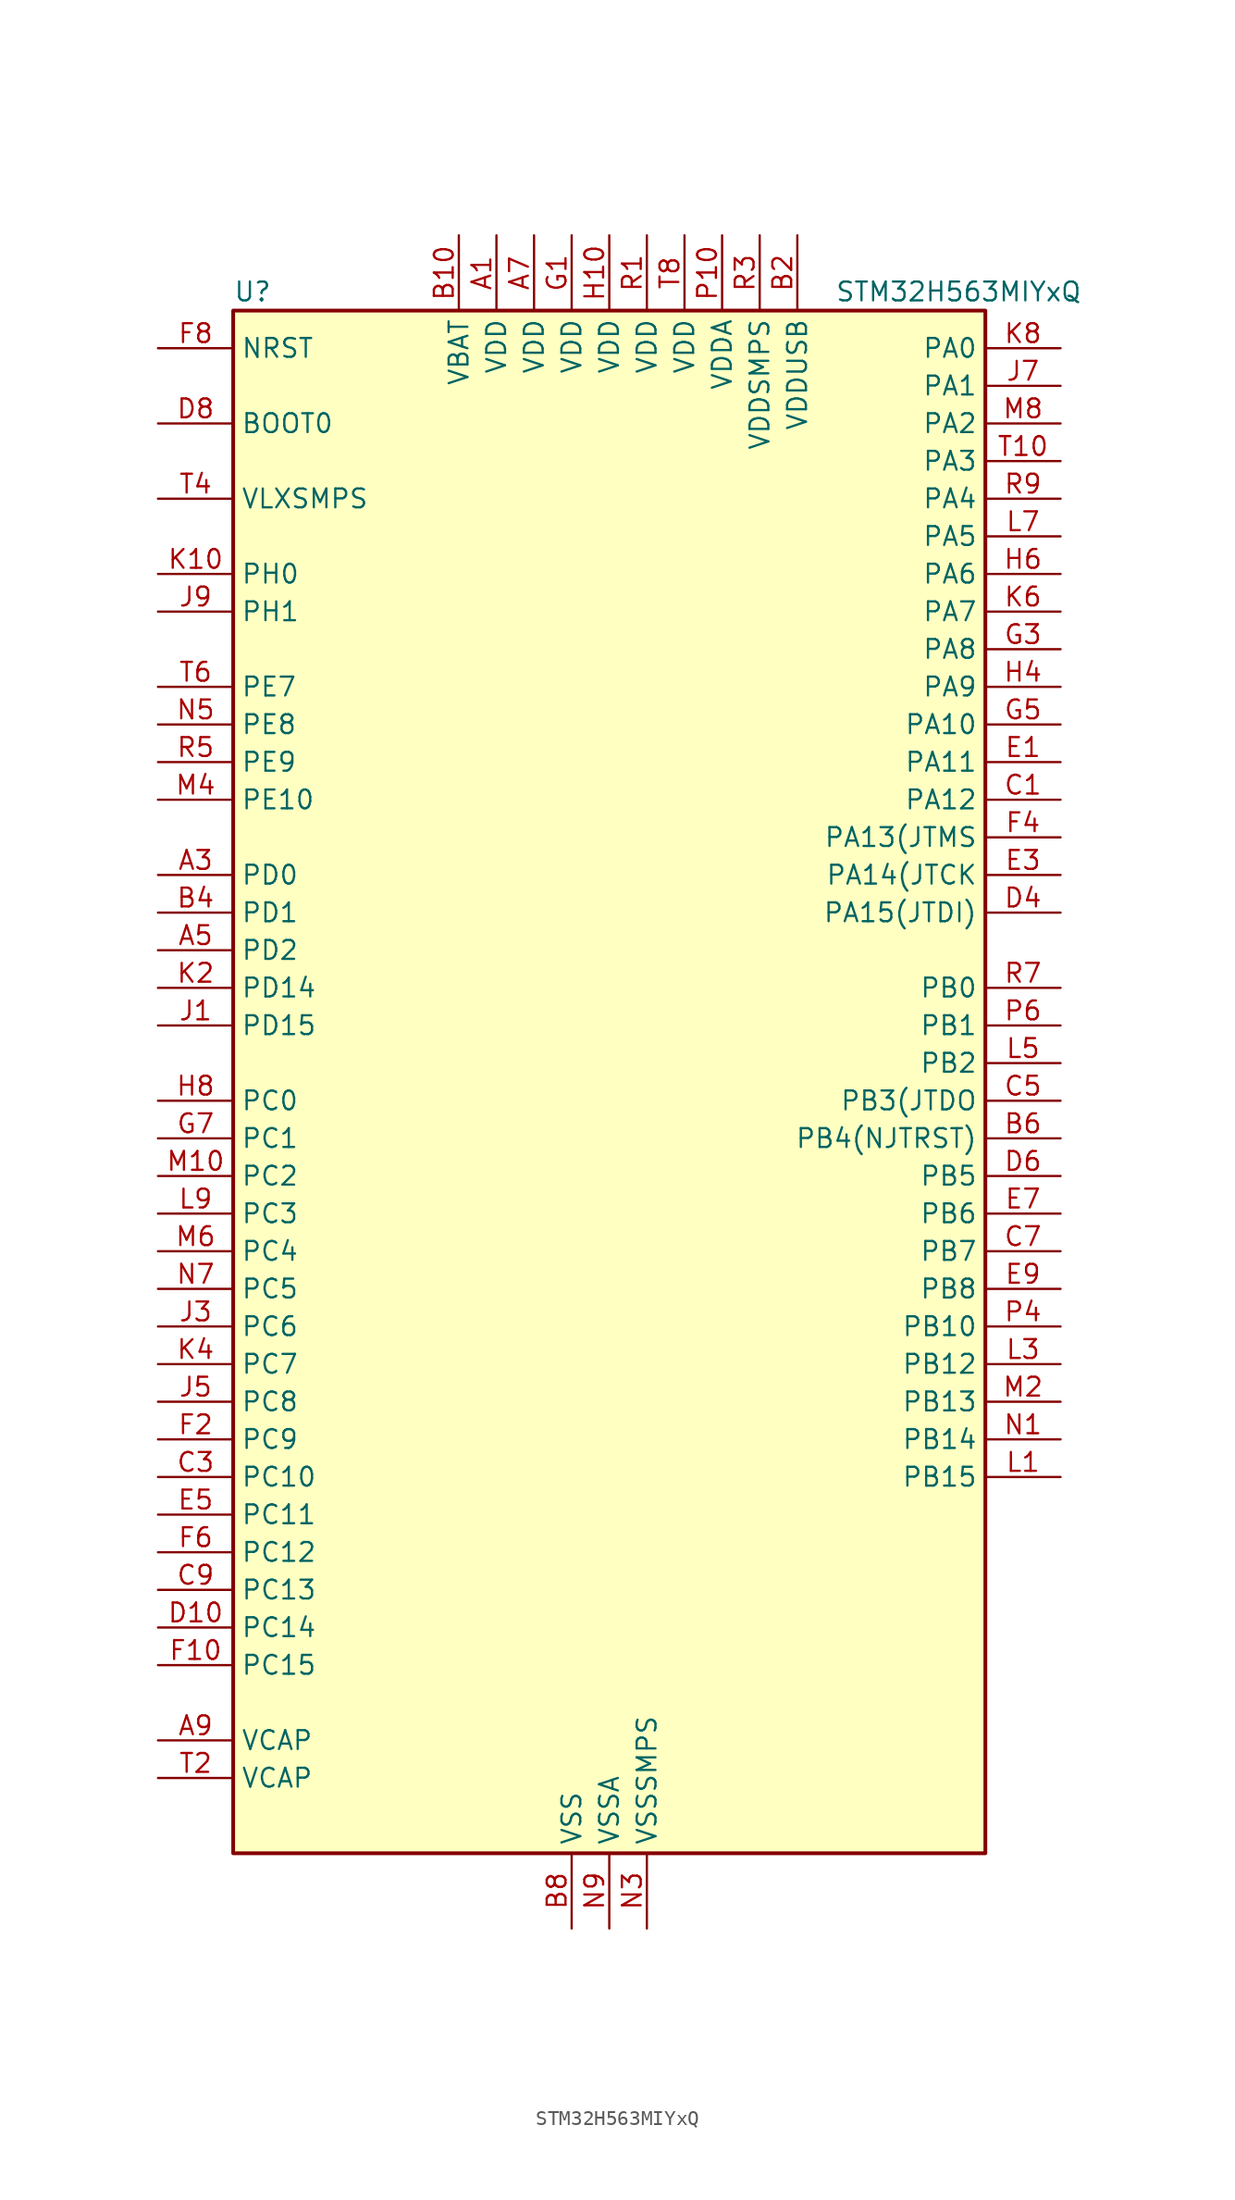
<source format=kicad_sym>
(kicad_symbol_lib
  (version 20231120)
  (generator "kicad-library-utils")
  (generator_version "8.0")
  (symbol "STM32H563MIYxQ"
    (property "Reference" "U"
      (at -25.4 54.61 0)
      (effects (font (size 1.27 1.27)) (justify left)))
    (property "Value" "STM32H563MIYxQ"
      (at 15.24 54.61 0)
      (effects (font (size 1.27 1.27)) (justify left)))
    (symbol "STM32H563MIYxQ_0_1"
      (rectangle (start -25.4 -50.8) (end 25.4 53.34) (stroke (width 0.254) (type default)) (fill (type background))))
    (symbol "STM32H563MIYxQ_1_1"
      (pin power_in line (at -7.62 58.42 270) (length 5.08) (name "VDD" (effects (font (size 1.27 1.27)))) (number "A1" (effects (font (size 1.27 1.27)))))
      (pin bidirectional line (at -30.48 15.24 0) (length 5.08) (name "PD0" (effects (font (size 1.27 1.27)))) (number "A3" (effects (font (size 1.27 1.27)))) (alternate "FDCAN1_RX" bidirectional line) (alternate "FMC_D2" bidirectional line) (alternate "FMC_DA2" bidirectional line) (alternate "TIM8_CH4N" bidirectional line) (alternate "UART4_RX" bidirectional line) (alternate "UART9_CTS" bidirectional line))
      (pin bidirectional line (at -30.48 10.16 0) (length 5.08) (name "PD2" (effects (font (size 1.27 1.27)))) (number "A5" (effects (font (size 1.27 1.27)))) (alternate "DCMI_D11" bidirectional line) (alternate "DEBUG_TRACED2" bidirectional line) (alternate "LPTIM4_ETR" bidirectional line) (alternate "PSSI_D11" bidirectional line) (alternate "PWR_WKUP7" bidirectional line) (alternate "SDMMC1_CMD" bidirectional line) (alternate "TIM15_BKIN" bidirectional line) (alternate "TIM3_ETR" bidirectional line) (alternate "UART5_RX" bidirectional line))
      (pin power_in line (at -5.08 58.42 270) (length 5.08) (name "VDD" (effects (font (size 1.27 1.27)))) (number "A7" (effects (font (size 1.27 1.27)))))
      (pin power_out line (at -30.48 -43.18 0) (length 5.08) (name "VCAP" (effects (font (size 1.27 1.27)))) (number "A9" (effects (font (size 1.27 1.27)))))
      (pin power_in line (at -10.16 58.42 270) (length 5.08) (name "VBAT" (effects (font (size 1.27 1.27)))) (number "B10" (effects (font (size 1.27 1.27)))))
      (pin power_in line (at 12.7 58.42 270) (length 5.08) (name "VDDUSB" (effects (font (size 1.27 1.27)))) (number "B2" (effects (font (size 1.27 1.27)))))
      (pin bidirectional line (at -30.48 12.7 0) (length 5.08) (name "PD1" (effects (font (size 1.27 1.27)))) (number "B4" (effects (font (size 1.27 1.27)))) (alternate "FDCAN1_TX" bidirectional line) (alternate "FMC_D3" bidirectional line) (alternate "FMC_DA3" bidirectional line) (alternate "UART4_TX" bidirectional line))
      (pin bidirectional line (at 30.48 -2.54 180) (length 5.08) (name "PB4(NJTRST)" (effects (font (size 1.27 1.27)))) (number "B6" (effects (font (size 1.27 1.27)))) (alternate "DCMI_D7" bidirectional line) (alternate "DEBUG_JTRST" bidirectional line) (alternate "I2S1_SDI" bidirectional line) (alternate "I2S2_WS" bidirectional line) (alternate "I2S3_SDI" bidirectional line) (alternate "LPTIM1_CH2" bidirectional line) (alternate "OCTOSPI1_CLK" bidirectional line) (alternate "PSSI_D7" bidirectional line) (alternate "SPI1_MISO" bidirectional line) (alternate "SPI2_NSS" bidirectional line) (alternate "SPI3_MISO" bidirectional line) (alternate "SPI6_MISO" bidirectional line) (alternate "TIM16_BKIN" bidirectional line) (alternate "TIM3_CH1" bidirectional line) (alternate "UART7_TX" bidirectional line))
      (pin power_in line (at -2.54 -55.88 90) (length 5.08) (name "VSS" (effects (font (size 1.27 1.27)))) (number "B8" (effects (font (size 1.27 1.27)))))
      (pin bidirectional line (at 30.48 20.32 180) (length 5.08) (name "PA12" (effects (font (size 1.27 1.27)))) (number "C1" (effects (font (size 1.27 1.27)))) (alternate "FDCAN1_TX" bidirectional line) (alternate "I2S2_CK" bidirectional line) (alternate "LPUART1_RTS" bidirectional line) (alternate "SAI2_FS_B" bidirectional line) (alternate "SPI2_SCK" bidirectional line) (alternate "TIM1_ETR" bidirectional line) (alternate "UART4_TX" bidirectional line) (alternate "USART1_RTS" bidirectional line) (alternate "USB_DP" bidirectional line))
      (pin bidirectional line (at -30.48 -25.4 0) (length 5.08) (name "PC10" (effects (font (size 1.27 1.27)))) (number "C3" (effects (font (size 1.27 1.27)))) (alternate "DCMI_D8" bidirectional line) (alternate "ETH_TXD0" bidirectional line) (alternate "I2S3_CK" bidirectional line) (alternate "LPTIM3_ETR" bidirectional line) (alternate "OCTOSPI1_IO1" bidirectional line) (alternate "PSSI_D8" bidirectional line) (alternate "SDMMC1_D2" bidirectional line) (alternate "SPI3_SCK" bidirectional line) (alternate "UART4_TX" bidirectional line) (alternate "USART3_TX" bidirectional line))
      (pin bidirectional line (at 30.48 0 180) (length 5.08) (name "PB3(JTDO" (effects (font (size 1.27 1.27)))) (number "C5" (effects (font (size 1.27 1.27)))) (alternate "CRS_SYNC" bidirectional line) (alternate "DEBUG_JTDO-SWO" bidirectional line) (alternate "I2C2_SDA" bidirectional line) (alternate "I2S1_CK" bidirectional line) (alternate "I2S3_CK" bidirectional line) (alternate "LPTIM6_ETR" bidirectional line) (alternate "SPI1_SCK" bidirectional line) (alternate "SPI3_SCK" bidirectional line) (alternate "SPI6_SCK" bidirectional line) (alternate "TIM2_CH2" bidirectional line) (alternate "UART12_CTS" bidirectional line) (alternate "UART7_RX" bidirectional line))
      (pin bidirectional line (at 30.48 -10.16 180) (length 5.08) (name "PB7" (effects (font (size 1.27 1.27)))) (number "C7" (effects (font (size 1.27 1.27)))) (alternate "DCMI_VSYNC" bidirectional line) (alternate "FDCAN1_TX" bidirectional line) (alternate "FMC_NL" bidirectional line) (alternate "I2C1_SDA" bidirectional line) (alternate "I2C4_SDA" bidirectional line) (alternate "I3C1_SDA" bidirectional line) (alternate "LPUART1_RX" bidirectional line) (alternate "PSSI_RDY" bidirectional line) (alternate "PWR_WKUP5" bidirectional line) (alternate "TIM17_CH1N" bidirectional line) (alternate "TIM4_CH2" bidirectional line) (alternate "USART1_RX" bidirectional line))
      (pin bidirectional line (at -30.48 -33.02 0) (length 5.08) (name "PC13" (effects (font (size 1.27 1.27)))) (number "C9" (effects (font (size 1.27 1.27)))) (alternate "PWR_WKUP4" bidirectional line) (alternate "RTC_OUT1" bidirectional line) (alternate "RTC_TS" bidirectional line) (alternate "TAMP_IN1" bidirectional line) (alternate "TAMP_OUT2" bidirectional line) (alternate "TAMP_OUT3" bidirectional line))
      (pin bidirectional line (at -30.48 -35.56 0) (length 5.08) (name "PC14" (effects (font (size 1.27 1.27)))) (number "D10" (effects (font (size 1.27 1.27)))) (alternate "RCC_OSC32_IN" bidirectional line))
      (pin passive line (at -2.54 -55.88 90) (length 5.08) hide (name "VSS" (effects (font (size 1.27 1.27)))) (number "D2" (effects (font (size 1.27 1.27)))))
      (pin bidirectional line (at 30.48 12.7 180) (length 5.08) (name "PA15(JTDI)" (effects (font (size 1.27 1.27)))) (number "D4" (effects (font (size 1.27 1.27)))) (alternate "ADC1_EXTI15" bidirectional line) (alternate "ADC2_EXTI15" bidirectional line) (alternate "CEC" bidirectional line) (alternate "DCMI_D11" bidirectional line) (alternate "DEBUG_JTDI" bidirectional line) (alternate "FMC_NBL1" bidirectional line) (alternate "I2S1_WS" bidirectional line) (alternate "I2S3_WS" bidirectional line) (alternate "LPTIM3_IN2" bidirectional line) (alternate "PSSI_D11" bidirectional line) (alternate "SPI1_NSS" bidirectional line) (alternate "SPI3_NSS" bidirectional line) (alternate "SPI6_NSS" bidirectional line) (alternate "TIM2_CH1" bidirectional line) (alternate "TIM2_ETR" bidirectional line) (alternate "UART4_DE" bidirectional line) (alternate "UART4_RTS" bidirectional line) (alternate "UART7_TX" bidirectional line))
      (pin bidirectional line (at 30.48 -5.08 180) (length 5.08) (name "PB5" (effects (font (size 1.27 1.27)))) (number "D6" (effects (font (size 1.27 1.27)))) (alternate "DCMI_D10" bidirectional line) (alternate "ETH_PPS_OUT" bidirectional line) (alternate "FDCAN2_RX" bidirectional line) (alternate "FMC_SDCKE1" bidirectional line) (alternate "I2C1_SMBA" bidirectional line) (alternate "I2C4_SMBA" bidirectional line) (alternate "I2S1_SDO" bidirectional line) (alternate "I2S3_SDO" bidirectional line) (alternate "OCTOSPI1_NCLK" bidirectional line) (alternate "PSSI_D10" bidirectional line) (alternate "SPI1_MOSI" bidirectional line) (alternate "SPI3_MOSI" bidirectional line) (alternate "SPI6_MOSI" bidirectional line) (alternate "TIM17_BKIN" bidirectional line) (alternate "TIM3_CH2" bidirectional line) (alternate "UART5_RX" bidirectional line))
      (pin input line (at -30.48 45.72 0) (length 5.08) (name "BOOT0" (effects (font (size 1.27 1.27)))) (number "D8" (effects (font (size 1.27 1.27)))))
      (pin bidirectional line (at 30.48 22.86 180) (length 5.08) (name "PA11" (effects (font (size 1.27 1.27)))) (number "E1" (effects (font (size 1.27 1.27)))) (alternate "ADC1_EXTI11" bidirectional line) (alternate "ADC2_EXTI11" bidirectional line) (alternate "FDCAN1_RX" bidirectional line) (alternate "I2S2_WS" bidirectional line) (alternate "LPUART1_CTS" bidirectional line) (alternate "SPI2_NSS" bidirectional line) (alternate "TIM1_CH4" bidirectional line) (alternate "UART4_RX" bidirectional line) (alternate "USART1_CTS" bidirectional line) (alternate "USART1_NSS" bidirectional line) (alternate "USB_DM" bidirectional line))
      (pin bidirectional line (at 30.48 15.24 180) (length 5.08) (name "PA14(JTCK" (effects (font (size 1.27 1.27)))) (number "E3" (effects (font (size 1.27 1.27)))) (alternate "DEBUG_JTCK-SWCLK" bidirectional line))
      (pin bidirectional line (at -30.48 -27.94 0) (length 5.08) (name "PC11" (effects (font (size 1.27 1.27)))) (number "E5" (effects (font (size 1.27 1.27)))) (alternate "ADC1_EXTI11" bidirectional line) (alternate "ADC2_EXTI11" bidirectional line) (alternate "DCMI_D4" bidirectional line) (alternate "I2S3_SDI" bidirectional line) (alternate "LPTIM3_IN1" bidirectional line) (alternate "OCTOSPI1_NCS" bidirectional line) (alternate "PSSI_D4" bidirectional line) (alternate "SDMMC1_D3" bidirectional line) (alternate "SPI3_MISO" bidirectional line) (alternate "UART4_RX" bidirectional line) (alternate "USART3_RX" bidirectional line))
      (pin bidirectional line (at 30.48 -7.62 180) (length 5.08) (name "PB6" (effects (font (size 1.27 1.27)))) (number "E7" (effects (font (size 1.27 1.27)))) (alternate "CEC" bidirectional line) (alternate "DCMI_D5" bidirectional line) (alternate "FDCAN2_TX" bidirectional line) (alternate "FMC_SDNE1" bidirectional line) (alternate "I2C1_SCL" bidirectional line) (alternate "I2C4_SCL" bidirectional line) (alternate "I3C1_SCL" bidirectional line) (alternate "LPUART1_TX" bidirectional line) (alternate "OCTOSPI1_NCS" bidirectional line) (alternate "PSSI_D5" bidirectional line) (alternate "TIM16_CH1N" bidirectional line) (alternate "TIM4_CH1" bidirectional line) (alternate "UART5_TX" bidirectional line) (alternate "USART1_TX" bidirectional line))
      (pin bidirectional line (at 30.48 -12.7 180) (length 5.08) (name "PB8" (effects (font (size 1.27 1.27)))) (number "E9" (effects (font (size 1.27 1.27)))) (alternate "DCMI_D6" bidirectional line) (alternate "ETH_TXD3" bidirectional line) (alternate "FDCAN1_RX" bidirectional line) (alternate "I2C1_SCL" bidirectional line) (alternate "I2C4_SCL" bidirectional line) (alternate "I3C1_SCL" bidirectional line) (alternate "PSSI_D6" bidirectional line) (alternate "SDMMC1_CKIN" bidirectional line) (alternate "SDMMC1_D4" bidirectional line) (alternate "TIM16_CH1" bidirectional line) (alternate "TIM4_CH3" bidirectional line) (alternate "UART4_RX" bidirectional line))
      (pin bidirectional line (at -30.48 -38.1 0) (length 5.08) (name "PC15" (effects (font (size 1.27 1.27)))) (number "F10" (effects (font (size 1.27 1.27)))) (alternate "ADC1_EXTI15" bidirectional line) (alternate "ADC2_EXTI15" bidirectional line) (alternate "RCC_OSC32_OUT" bidirectional line))
      (pin bidirectional line (at -30.48 -22.86 0) (length 5.08) (name "PC9" (effects (font (size 1.27 1.27)))) (number "F2" (effects (font (size 1.27 1.27)))) (alternate "AUDIOCLK" bidirectional line) (alternate "DAC1_EXTI9" bidirectional line) (alternate "DCMI_D3" bidirectional line) (alternate "FMC_CLE" bidirectional line) (alternate "I2C3_SDA" bidirectional line) (alternate "OCTOSPI1_IO0" bidirectional line) (alternate "PSSI_D3" bidirectional line) (alternate "RCC_MCO_2" bidirectional line) (alternate "SDMMC1_D1" bidirectional line) (alternate "TIM3_CH4" bidirectional line) (alternate "TIM8_CH4" bidirectional line) (alternate "UART5_CTS" bidirectional line) (alternate "UCPD1_DB2" bidirectional line))
      (pin bidirectional line (at 30.48 17.78 180) (length 5.08) (name "PA13(JTMS" (effects (font (size 1.27 1.27)))) (number "F4" (effects (font (size 1.27 1.27)))) (alternate "DEBUG_JTMS-SWDIO" bidirectional line))
      (pin bidirectional line (at -30.48 -30.48 0) (length 5.08) (name "PC12" (effects (font (size 1.27 1.27)))) (number "F6" (effects (font (size 1.27 1.27)))) (alternate "DCMI_D9" bidirectional line) (alternate "DEBUG_TRACED3" bidirectional line) (alternate "I2S3_SDO" bidirectional line) (alternate "PSSI_D9" bidirectional line) (alternate "SDMMC1_CK" bidirectional line) (alternate "SPI3_MOSI" bidirectional line) (alternate "SPI6_SCK" bidirectional line) (alternate "TIM15_CH1" bidirectional line) (alternate "UART5_TX" bidirectional line) (alternate "USART3_CK" bidirectional line))
      (pin input line (at -30.48 50.8 0) (length 5.08) (name "NRST" (effects (font (size 1.27 1.27)))) (number "F8" (effects (font (size 1.27 1.27)))))
      (pin power_in line (at -2.54 58.42 270) (length 5.08) (name "VDD" (effects (font (size 1.27 1.27)))) (number "G1" (effects (font (size 1.27 1.27)))))
      (pin bidirectional line (at 30.48 30.48 180) (length 5.08) (name "PA8" (effects (font (size 1.27 1.27)))) (number "G3" (effects (font (size 1.27 1.27)))) (alternate "DCMI_D3" bidirectional line) (alternate "FMC_NOE" bidirectional line) (alternate "I2C3_SCL" bidirectional line) (alternate "PSSI_D3" bidirectional line) (alternate "RCC_MCO_1" bidirectional line) (alternate "SPI1_RDY" bidirectional line) (alternate "TIM1_CH1" bidirectional line) (alternate "TIM8_BKIN2" bidirectional line) (alternate "UART7_RX" bidirectional line) (alternate "USART1_CK" bidirectional line) (alternate "USB_SOF" bidirectional line))
      (pin bidirectional line (at 30.48 25.4 180) (length 5.08) (name "PA10" (effects (font (size 1.27 1.27)))) (number "G5" (effects (font (size 1.27 1.27)))) (alternate "DCMI_D1" bidirectional line) (alternate "FDCAN2_TX" bidirectional line) (alternate "LPTIM2_IN2" bidirectional line) (alternate "LPUART1_RX" bidirectional line) (alternate "PSSI_D1" bidirectional line) (alternate "SDMMC1_D0" bidirectional line) (alternate "TIM1_CH3" bidirectional line) (alternate "UCPD1_FRSTX" bidirectional line) (alternate "USART1_RX" bidirectional line))
      (pin bidirectional line (at -30.48 -2.54 0) (length 5.08) (name "PC1" (effects (font (size 1.27 1.27)))) (number "G7" (effects (font (size 1.27 1.27)))) (alternate "ADC1_INN10" bidirectional line) (alternate "ADC1_INP11" bidirectional line) (alternate "ADC2_INN10" bidirectional line) (alternate "ADC2_INP11" bidirectional line) (alternate "DEBUG_TRACED0" bidirectional line) (alternate "ETH_MDC" bidirectional line) (alternate "I2S2_SDO" bidirectional line) (alternate "OCTOSPI1_IO4" bidirectional line) (alternate "PWR_WKUP6" bidirectional line) (alternate "SAI1_D1" bidirectional line) (alternate "SAI1_SD_A" bidirectional line) (alternate "SAI2_SD_A" bidirectional line) (alternate "SPI2_MOSI" bidirectional line) (alternate "TAMP_IN3" bidirectional line) (alternate "TAMP_OUT5" bidirectional line) (alternate "USART11_RTS" bidirectional line))
      (pin passive line (at -2.54 -55.88 90) (length 5.08) hide (name "VSS" (effects (font (size 1.27 1.27)))) (number "G9" (effects (font (size 1.27 1.27)))))
      (pin power_in line (at 0 58.42 270) (length 5.08) (name "VDD" (effects (font (size 1.27 1.27)))) (number "H10" (effects (font (size 1.27 1.27)))))
      (pin passive line (at -2.54 -55.88 90) (length 5.08) hide (name "VSS" (effects (font (size 1.27 1.27)))) (number "H2" (effects (font (size 1.27 1.27)))))
      (pin bidirectional line (at 30.48 27.94 180) (length 5.08) (name "PA9" (effects (font (size 1.27 1.27)))) (number "H4" (effects (font (size 1.27 1.27)))) (alternate "DAC1_EXTI9" bidirectional line) (alternate "DCMI_D0" bidirectional line) (alternate "ETH_TX_ER" bidirectional line) (alternate "FMC_NWE" bidirectional line) (alternate "I2C3_SMBA" bidirectional line) (alternate "I2S2_CK" bidirectional line) (alternate "LPUART1_TX" bidirectional line) (alternate "PSSI_D0" bidirectional line) (alternate "SPI2_SCK" bidirectional line) (alternate "TIM1_CH2" bidirectional line) (alternate "UCPD1_DB1" bidirectional line) (alternate "USART1_TX" bidirectional line))
      (pin bidirectional line (at 30.48 35.56 180) (length 5.08) (name "PA6" (effects (font (size 1.27 1.27)))) (number "H6" (effects (font (size 1.27 1.27)))) (alternate "ADC1_INP3" bidirectional line) (alternate "ADC2_INP3" bidirectional line) (alternate "DCMI_PIXCLK" bidirectional line) (alternate "I2S1_SDI" bidirectional line) (alternate "OCTOSPI1_IO3" bidirectional line) (alternate "PSSI_PDCK" bidirectional line) (alternate "SPI1_MISO" bidirectional line) (alternate "SPI6_MISO" bidirectional line) (alternate "TIM13_CH1" bidirectional line) (alternate "TIM1_BKIN" bidirectional line) (alternate "TIM3_CH1" bidirectional line) (alternate "TIM8_BKIN" bidirectional line) (alternate "USART11_TX" bidirectional line))
      (pin bidirectional line (at -30.48 0 0) (length 5.08) (name "PC0" (effects (font (size 1.27 1.27)))) (number "H8" (effects (font (size 1.27 1.27)))) (alternate "ADC1_INP10" bidirectional line) (alternate "ADC2_INP10" bidirectional line) (alternate "FMC_A25" bidirectional line) (alternate "FMC_SDNWE" bidirectional line) (alternate "OCTOSPI1_IO7" bidirectional line) (alternate "SAI1_MCLK_A" bidirectional line) (alternate "SAI2_FS_B" bidirectional line) (alternate "SPI2_RDY" bidirectional line) (alternate "TIM16_BKIN" bidirectional line))
      (pin bidirectional line (at -30.48 5.08 0) (length 5.08) (name "PD15" (effects (font (size 1.27 1.27)))) (number "J1" (effects (font (size 1.27 1.27)))) (alternate "ADC1_EXTI15" bidirectional line) (alternate "ADC2_EXTI15" bidirectional line) (alternate "FMC_D1" bidirectional line) (alternate "FMC_DA1" bidirectional line) (alternate "TIM4_CH4" bidirectional line) (alternate "UART9_TX" bidirectional line))
      (pin bidirectional line (at -30.48 -15.24 0) (length 5.08) (name "PC6" (effects (font (size 1.27 1.27)))) (number "J3" (effects (font (size 1.27 1.27)))) (alternate "DCMI_D0" bidirectional line) (alternate "FMC_NWAIT" bidirectional line) (alternate "I2S2_MCK" bidirectional line) (alternate "OCTOSPI1_IO5" bidirectional line) (alternate "PSSI_D0" bidirectional line) (alternate "SAI1_SCK_A" bidirectional line) (alternate "SDMMC1_D0DIR" bidirectional line) (alternate "SDMMC1_D6" bidirectional line) (alternate "TIM3_CH1" bidirectional line) (alternate "TIM8_CH1" bidirectional line) (alternate "USART6_TX" bidirectional line))
      (pin bidirectional line (at -30.48 -20.32 0) (length 5.08) (name "PC8" (effects (font (size 1.27 1.27)))) (number "J5" (effects (font (size 1.27 1.27)))) (alternate "DCMI_D2" bidirectional line) (alternate "DEBUG_TRACED1" bidirectional line) (alternate "FMC_ALE" bidirectional line) (alternate "FMC_INT" bidirectional line) (alternate "FMC_NCE" bidirectional line) (alternate "FMC_NE2" bidirectional line) (alternate "PSSI_D2" bidirectional line) (alternate "SDMMC1_D0" bidirectional line) (alternate "TIM3_CH3" bidirectional line) (alternate "TIM8_CH3" bidirectional line) (alternate "UART5_DE" bidirectional line) (alternate "UART5_RTS" bidirectional line) (alternate "USART6_CK" bidirectional line))
      (pin bidirectional line (at 30.48 48.26 180) (length 5.08) (name "PA1" (effects (font (size 1.27 1.27)))) (number "J7" (effects (font (size 1.27 1.27)))) (alternate "ADC1_INP1" bidirectional line) (alternate "ADC2_INP1" bidirectional line) (alternate "ETH_REF_CLK" bidirectional line) (alternate "ETH_RX_CLK" bidirectional line) (alternate "LPTIM1_IN1" bidirectional line) (alternate "OCTOSPI1_DQS" bidirectional line) (alternate "OCTOSPI1_IO3" bidirectional line) (alternate "SAI2_MCLK_B" bidirectional line) (alternate "TAMP_IN5" bidirectional line) (alternate "TAMP_OUT4" bidirectional line) (alternate "TIM15_CH1N" bidirectional line) (alternate "TIM2_CH2" bidirectional line) (alternate "TIM5_CH2" bidirectional line) (alternate "UART4_RX" bidirectional line) (alternate "USART2_RTS" bidirectional line))
      (pin bidirectional line (at -30.48 33.02 0) (length 5.08) (name "PH1" (effects (font (size 1.27 1.27)))) (number "J9" (effects (font (size 1.27 1.27)))) (alternate "RCC_OSC_OUT" bidirectional line))
      (pin bidirectional line (at -30.48 35.56 0) (length 5.08) (name "PH0" (effects (font (size 1.27 1.27)))) (number "K10" (effects (font (size 1.27 1.27)))) (alternate "RCC_OSC_IN" bidirectional line))
      (pin bidirectional line (at -30.48 7.62 0) (length 5.08) (name "PD14" (effects (font (size 1.27 1.27)))) (number "K2" (effects (font (size 1.27 1.27)))) (alternate "FMC_D0" bidirectional line) (alternate "FMC_DA0" bidirectional line) (alternate "TIM4_CH3" bidirectional line) (alternate "UART9_RX" bidirectional line))
      (pin bidirectional line (at -30.48 -17.78 0) (length 5.08) (name "PC7" (effects (font (size 1.27 1.27)))) (number "K4" (effects (font (size 1.27 1.27)))) (alternate "DCMI_D1" bidirectional line) (alternate "DEBUG_TRGIO" bidirectional line) (alternate "FMC_NE1" bidirectional line) (alternate "I2S3_MCK" bidirectional line) (alternate "OCTOSPI1_IO6" bidirectional line) (alternate "PSSI_D1" bidirectional line) (alternate "SDMMC1_D123DIR" bidirectional line) (alternate "SDMMC1_D7" bidirectional line) (alternate "TIM3_CH2" bidirectional line) (alternate "TIM8_CH2" bidirectional line) (alternate "USART6_RX" bidirectional line))
      (pin bidirectional line (at 30.48 33.02 180) (length 5.08) (name "PA7" (effects (font (size 1.27 1.27)))) (number "K6" (effects (font (size 1.27 1.27)))) (alternate "ADC1_INN3" bidirectional line) (alternate "ADC1_INP7" bidirectional line) (alternate "ADC2_INN3" bidirectional line) (alternate "ADC2_INP7" bidirectional line) (alternate "ETH_CRS_DV" bidirectional line) (alternate "ETH_RX_DV" bidirectional line) (alternate "FMC_NWE" bidirectional line) (alternate "FMC_SDNWE" bidirectional line) (alternate "I2S1_SDO" bidirectional line) (alternate "OCTOSPI1_IO2" bidirectional line) (alternate "SPI1_MOSI" bidirectional line) (alternate "SPI6_MOSI" bidirectional line) (alternate "TIM14_CH1" bidirectional line) (alternate "TIM1_CH1N" bidirectional line) (alternate "TIM3_CH2" bidirectional line) (alternate "TIM8_CH1N" bidirectional line) (alternate "USART11_RX" bidirectional line))
      (pin bidirectional line (at 30.48 50.8 180) (length 5.08) (name "PA0" (effects (font (size 1.27 1.27)))) (number "K8" (effects (font (size 1.27 1.27)))) (alternate "ADC1_INN1" bidirectional line) (alternate "ADC1_INP0" bidirectional line) (alternate "ADC2_INN1" bidirectional line) (alternate "ADC2_INP0" bidirectional line) (alternate "ETH_CRS" bidirectional line) (alternate "PWR_WKUP1" bidirectional line) (alternate "SAI2_SD_B" bidirectional line) (alternate "SPI3_RDY" bidirectional line) (alternate "SPI6_NSS" bidirectional line) (alternate "TAMP_IN2" bidirectional line) (alternate "TAMP_OUT1" bidirectional line) (alternate "TIM15_BKIN" bidirectional line) (alternate "TIM2_CH1" bidirectional line) (alternate "TIM2_ETR" bidirectional line) (alternate "TIM5_CH1" bidirectional line) (alternate "TIM8_ETR" bidirectional line) (alternate "UART4_TX" bidirectional line) (alternate "USART2_CTS" bidirectional line) (alternate "USART2_NSS" bidirectional line))
      (pin bidirectional line (at 30.48 -25.4 180) (length 5.08) (name "PB15" (effects (font (size 1.27 1.27)))) (number "L1" (effects (font (size 1.27 1.27)))) (alternate "ADC1_EXTI15" bidirectional line) (alternate "ADC2_EXTI15" bidirectional line) (alternate "DCMI_D2" bidirectional line) (alternate "ETH_TXD1" bidirectional line) (alternate "I2S2_SDO" bidirectional line) (alternate "OCTOSPI1_CLK" bidirectional line) (alternate "PSSI_D2" bidirectional line) (alternate "PWR_PVD_IN" bidirectional line) (alternate "RTC_REFIN" bidirectional line) (alternate "SPI2_MOSI" bidirectional line) (alternate "TIM12_CH2" bidirectional line) (alternate "TIM1_CH3N" bidirectional line) (alternate "TIM8_CH3N" bidirectional line) (alternate "UART4_CTS" bidirectional line) (alternate "UART5_RX" bidirectional line) (alternate "USART11_CTS" bidirectional line) (alternate "USART11_NSS" bidirectional line) (alternate "USART1_RX" bidirectional line))
      (pin bidirectional line (at 30.48 -17.78 180) (length 5.08) (name "PB12" (effects (font (size 1.27 1.27)))) (number "L3" (effects (font (size 1.27 1.27)))) (alternate "ETH_TXD0" bidirectional line) (alternate "FDCAN2_RX" bidirectional line) (alternate "I2C2_SDA" bidirectional line) (alternate "I2S2_WS" bidirectional line) (alternate "OCTOSPI1_NCLK" bidirectional line) (alternate "SPI2_NSS" bidirectional line) (alternate "TIM1_BKIN" bidirectional line) (alternate "UART5_RX" bidirectional line) (alternate "UCPD1_FRSTX" bidirectional line) (alternate "USART3_CK" bidirectional line))
      (pin bidirectional line (at 30.48 2.54 180) (length 5.08) (name "PB2" (effects (font (size 1.27 1.27)))) (number "L5" (effects (font (size 1.27 1.27)))) (alternate "I2S3_SDO" bidirectional line) (alternate "LPTIM1_CH1" bidirectional line) (alternate "LPTIM5_ETR" bidirectional line) (alternate "OCTOSPI1_CLK" bidirectional line) (alternate "OCTOSPI1_DQS" bidirectional line) (alternate "RCC_LSCO" bidirectional line) (alternate "RTC_OUT2" bidirectional line) (alternate "SAI1_D1" bidirectional line) (alternate "SAI1_SD_A" bidirectional line) (alternate "SDMMC1_CMD" bidirectional line) (alternate "SPI1_RDY" bidirectional line) (alternate "SPI3_MOSI" bidirectional line) (alternate "TIM8_CH4N" bidirectional line))
      (pin bidirectional line (at 30.48 38.1 180) (length 5.08) (name "PA5" (effects (font (size 1.27 1.27)))) (number "L7" (effects (font (size 1.27 1.27)))) (alternate "ADC1_INN18" bidirectional line) (alternate "ADC1_INP19" bidirectional line) (alternate "ADC2_INN18" bidirectional line) (alternate "ADC2_INP19" bidirectional line) (alternate "DAC1_OUT2" bidirectional line) (alternate "ETH_TX_EN" bidirectional line) (alternate "I2S1_CK" bidirectional line) (alternate "PSSI_D14" bidirectional line) (alternate "SPI1_SCK" bidirectional line) (alternate "SPI6_SCK" bidirectional line) (alternate "TIM2_CH1" bidirectional line) (alternate "TIM2_ETR" bidirectional line) (alternate "TIM8_CH1N" bidirectional line))
      (pin bidirectional line (at -30.48 -7.62 0) (length 5.08) (name "PC3" (effects (font (size 1.27 1.27)))) (number "L9" (effects (font (size 1.27 1.27)))) (alternate "ADC1_INN12" bidirectional line) (alternate "ADC1_INP13" bidirectional line) (alternate "ADC2_INN12" bidirectional line) (alternate "ADC2_INP13" bidirectional line) (alternate "ETH_TX_CLK" bidirectional line) (alternate "FMC_SDCKE0" bidirectional line) (alternate "I2S2_SDO" bidirectional line) (alternate "LPTIM3_CH1" bidirectional line) (alternate "OCTOSPI1_IO0" bidirectional line) (alternate "OCTOSPI1_IO6" bidirectional line) (alternate "PWR_CSTOP" bidirectional line) (alternate "SAI1_D3" bidirectional line) (alternate "SPI2_MOSI" bidirectional line))
      (pin bidirectional line (at -30.48 -5.08 0) (length 5.08) (name "PC2" (effects (font (size 1.27 1.27)))) (number "M10" (effects (font (size 1.27 1.27)))) (alternate "ADC1_INN11" bidirectional line) (alternate "ADC1_INP12" bidirectional line) (alternate "ADC2_INN11" bidirectional line) (alternate "ADC2_INP12" bidirectional line) (alternate "ETH_TXD2" bidirectional line) (alternate "FMC_SDNE0" bidirectional line) (alternate "I2S2_SDI" bidirectional line) (alternate "OCTOSPI1_IO2" bidirectional line) (alternate "OCTOSPI1_IO5" bidirectional line) (alternate "PWR_CSLEEP" bidirectional line) (alternate "SPI2_MISO" bidirectional line) (alternate "TIM17_CH1" bidirectional line) (alternate "TIM4_CH4" bidirectional line))
      (pin bidirectional line (at 30.48 -20.32 180) (length 5.08) (name "PB13" (effects (font (size 1.27 1.27)))) (number "M2" (effects (font (size 1.27 1.27)))) (alternate "FDCAN2_TX" bidirectional line) (alternate "I2C2_SMBA" bidirectional line) (alternate "I2S2_CK" bidirectional line) (alternate "LPTIM2_CH1" bidirectional line) (alternate "LPTIM3_IN1" bidirectional line) (alternate "SDMMC1_D0" bidirectional line) (alternate "SPI2_SCK" bidirectional line) (alternate "TIM1_CH1N" bidirectional line) (alternate "UART5_TX" bidirectional line) (alternate "UCPD1_CC1" bidirectional line) (alternate "USART3_CTS" bidirectional line) (alternate "USART3_NSS" bidirectional line))
      (pin bidirectional line (at -30.48 20.32 0) (length 5.08) (name "PE10" (effects (font (size 1.27 1.27)))) (number "M4" (effects (font (size 1.27 1.27)))) (alternate "FMC_D7" bidirectional line) (alternate "FMC_DA7" bidirectional line) (alternate "OCTOSPI1_IO7" bidirectional line) (alternate "TIM1_CH2N" bidirectional line) (alternate "UART12_TX" bidirectional line) (alternate "UART7_CTS" bidirectional line))
      (pin bidirectional line (at -30.48 -10.16 0) (length 5.08) (name "PC4" (effects (font (size 1.27 1.27)))) (number "M6" (effects (font (size 1.27 1.27)))) (alternate "ADC1_INP4" bidirectional line) (alternate "ADC2_INP4" bidirectional line) (alternate "ETH_RXD0" bidirectional line) (alternate "FMC_SDNE0" bidirectional line) (alternate "I2S1_MCK" bidirectional line) (alternate "LPTIM2_ETR" bidirectional line) (alternate "SAI1_CK1" bidirectional line) (alternate "TIM2_CH4" bidirectional line) (alternate "USART3_RX" bidirectional line))
      (pin bidirectional line (at 30.48 45.72 180) (length 5.08) (name "PA2" (effects (font (size 1.27 1.27)))) (number "M8" (effects (font (size 1.27 1.27)))) (alternate "ADC1_INP14" bidirectional line) (alternate "ADC2_INP14" bidirectional line) (alternate "ETH_MDIO" bidirectional line) (alternate "LPTIM1_IN2" bidirectional line) (alternate "PWR_WKUP2" bidirectional line) (alternate "SAI2_SCK_B" bidirectional line) (alternate "TAMP_IN4" bidirectional line) (alternate "TAMP_OUT3" bidirectional line) (alternate "TIM15_CH1" bidirectional line) (alternate "TIM2_CH3" bidirectional line) (alternate "TIM5_CH3" bidirectional line) (alternate "USART2_TX" bidirectional line))
      (pin bidirectional line (at 30.48 -22.86 180) (length 5.08) (name "PB14" (effects (font (size 1.27 1.27)))) (number "N1" (effects (font (size 1.27 1.27)))) (alternate "I2S2_SDI" bidirectional line) (alternate "LPTIM3_ETR" bidirectional line) (alternate "SPI2_MISO" bidirectional line) (alternate "TIM12_CH1" bidirectional line) (alternate "TIM1_CH2N" bidirectional line) (alternate "TIM8_CH2N" bidirectional line) (alternate "UART4_DE" bidirectional line) (alternate "UART4_RTS" bidirectional line) (alternate "UCPD1_CC2" bidirectional line) (alternate "USART1_TX" bidirectional line) (alternate "USART3_RTS" bidirectional line))
      (pin power_in line (at 2.54 -55.88 90) (length 5.08) (name "VSSSMPS" (effects (font (size 1.27 1.27)))) (number "N3" (effects (font (size 1.27 1.27)))))
      (pin bidirectional line (at -30.48 25.4 0) (length 5.08) (name "PE8" (effects (font (size 1.27 1.27)))) (number "N5" (effects (font (size 1.27 1.27)))) (alternate "FMC_D5" bidirectional line) (alternate "FMC_DA5" bidirectional line) (alternate "OCTOSPI1_IO5" bidirectional line) (alternate "TIM1_CH1N" bidirectional line) (alternate "UART12_CTS" bidirectional line) (alternate "UART7_TX" bidirectional line))
      (pin bidirectional line (at -30.48 -12.7 0) (length 5.08) (name "PC5" (effects (font (size 1.27 1.27)))) (number "N7" (effects (font (size 1.27 1.27)))) (alternate "ADC1_INN4" bidirectional line) (alternate "ADC1_INP8" bidirectional line) (alternate "ADC2_INN4" bidirectional line) (alternate "ADC2_INP8" bidirectional line) (alternate "ETH_RXD1" bidirectional line) (alternate "FMC_SDCKE0" bidirectional line) (alternate "OCTOSPI1_DQS" bidirectional line) (alternate "PSSI_D15" bidirectional line) (alternate "SAI1_D3" bidirectional line) (alternate "SAI1_FS_A" bidirectional line) (alternate "TIM1_CH4N" bidirectional line) (alternate "UART12_RTS" bidirectional line))
      (pin power_in line (at 0 -55.88 90) (length 5.08) (name "VSSA" (effects (font (size 1.27 1.27)))) (number "N9" (effects (font (size 1.27 1.27)))))
      (pin power_in line (at 7.62 58.42 270) (length 5.08) (name "VDDA" (effects (font (size 1.27 1.27)))) (number "P10" (effects (font (size 1.27 1.27)))))
      (pin passive line (at -2.54 -55.88 90) (length 5.08) hide (name "VSS" (effects (font (size 1.27 1.27)))) (number "P2" (effects (font (size 1.27 1.27)))))
      (pin bidirectional line (at 30.48 -15.24 180) (length 5.08) (name "PB10" (effects (font (size 1.27 1.27)))) (number "P4" (effects (font (size 1.27 1.27)))) (alternate "ETH_RX_ER" bidirectional line) (alternate "I2C2_SCL" bidirectional line) (alternate "I2S2_CK" bidirectional line) (alternate "LPTIM2_IN1" bidirectional line) (alternate "LPTIM3_CH1" bidirectional line) (alternate "OCTOSPI1_NCS" bidirectional line) (alternate "SPI2_SCK" bidirectional line) (alternate "TIM2_CH3" bidirectional line) (alternate "USART3_TX" bidirectional line))
      (pin bidirectional line (at 30.48 5.08 180) (length 5.08) (name "PB1" (effects (font (size 1.27 1.27)))) (number "P6" (effects (font (size 1.27 1.27)))) (alternate "ADC1_INP5" bidirectional line) (alternate "ADC2_INP5" bidirectional line) (alternate "ETH_RXD3" bidirectional line) (alternate "LPTIM3_CH2" bidirectional line) (alternate "OCTOSPI1_IO0" bidirectional line) (alternate "TIM1_CH3N" bidirectional line) (alternate "TIM3_CH4" bidirectional line) (alternate "TIM8_CH3N" bidirectional line))
      (pin passive line (at -2.54 -55.88 90) (length 5.08) hide (name "VSS" (effects (font (size 1.27 1.27)))) (number "P8" (effects (font (size 1.27 1.27)))))
      (pin power_in line (at 2.54 58.42 270) (length 5.08) (name "VDD" (effects (font (size 1.27 1.27)))) (number "R1" (effects (font (size 1.27 1.27)))))
      (pin power_in line (at 10.16 58.42 270) (length 5.08) (name "VDDSMPS" (effects (font (size 1.27 1.27)))) (number "R3" (effects (font (size 1.27 1.27)))))
      (pin bidirectional line (at -30.48 22.86 0) (length 5.08) (name "PE9" (effects (font (size 1.27 1.27)))) (number "R5" (effects (font (size 1.27 1.27)))) (alternate "DAC1_EXTI9" bidirectional line) (alternate "FMC_D6" bidirectional line) (alternate "FMC_DA6" bidirectional line) (alternate "OCTOSPI1_IO6" bidirectional line) (alternate "TIM1_CH1" bidirectional line) (alternate "UART12_RX" bidirectional line) (alternate "UART7_RTS" bidirectional line))
      (pin bidirectional line (at 30.48 7.62 180) (length 5.08) (name "PB0" (effects (font (size 1.27 1.27)))) (number "R7" (effects (font (size 1.27 1.27)))) (alternate "ADC1_INN5" bidirectional line) (alternate "ADC1_INP9" bidirectional line) (alternate "ADC2_INN5" bidirectional line) (alternate "ADC2_INP9" bidirectional line) (alternate "ETH_RXD2" bidirectional line) (alternate "LPTIM3_CH1" bidirectional line) (alternate "OCTOSPI1_IO1" bidirectional line) (alternate "TIM1_CH2N" bidirectional line) (alternate "TIM3_CH3" bidirectional line) (alternate "TIM8_CH2N" bidirectional line) (alternate "UART4_CTS" bidirectional line) (alternate "USART11_CK" bidirectional line))
      (pin bidirectional line (at 30.48 40.64 180) (length 5.08) (name "PA4" (effects (font (size 1.27 1.27)))) (number "R9" (effects (font (size 1.27 1.27)))) (alternate "ADC1_INP18" bidirectional line) (alternate "ADC2_INP18" bidirectional line) (alternate "DAC1_OUT1" bidirectional line) (alternate "DCMI_HSYNC" bidirectional line) (alternate "I2S1_WS" bidirectional line) (alternate "I2S3_WS" bidirectional line) (alternate "LPTIM2_CH1" bidirectional line) (alternate "PSSI_DE" bidirectional line) (alternate "SPI1_NSS" bidirectional line) (alternate "SPI3_NSS" bidirectional line) (alternate "SPI6_NSS" bidirectional line) (alternate "TIM5_ETR" bidirectional line) (alternate "USART2_CK" bidirectional line))
      (pin bidirectional line (at 30.48 43.18 180) (length 5.08) (name "PA3" (effects (font (size 1.27 1.27)))) (number "T10" (effects (font (size 1.27 1.27)))) (alternate "ADC1_INP15" bidirectional line) (alternate "ADC2_INP15" bidirectional line) (alternate "ETH_COL" bidirectional line) (alternate "I2S2_WS" bidirectional line) (alternate "OCTOSPI1_CLK" bidirectional line) (alternate "SAI1_SD_B" bidirectional line) (alternate "SPI2_NSS" bidirectional line) (alternate "TIM15_CH2" bidirectional line) (alternate "TIM2_CH4" bidirectional line) (alternate "TIM5_CH4" bidirectional line) (alternate "USART2_RX" bidirectional line))
      (pin power_out line (at -30.48 -45.72 0) (length 5.08) (name "VCAP" (effects (font (size 1.27 1.27)))) (number "T2" (effects (font (size 1.27 1.27)))))
      (pin power_in line (at -30.48 40.64 0) (length 5.08) (name "VLXSMPS" (effects (font (size 1.27 1.27)))) (number "T4" (effects (font (size 1.27 1.27)))))
      (pin bidirectional line (at -30.48 27.94 0) (length 5.08) (name "PE7" (effects (font (size 1.27 1.27)))) (number "T6" (effects (font (size 1.27 1.27)))) (alternate "FMC_D4" bidirectional line) (alternate "FMC_DA4" bidirectional line) (alternate "OCTOSPI1_IO4" bidirectional line) (alternate "TIM1_ETR" bidirectional line) (alternate "UART12_RTS" bidirectional line) (alternate "UART7_RX" bidirectional line))
      (pin power_in line (at 5.08 58.42 270) (length 5.08) (name "VDD" (effects (font (size 1.27 1.27)))) (number "T8" (effects (font (size 1.27 1.27))))))))
</source>
